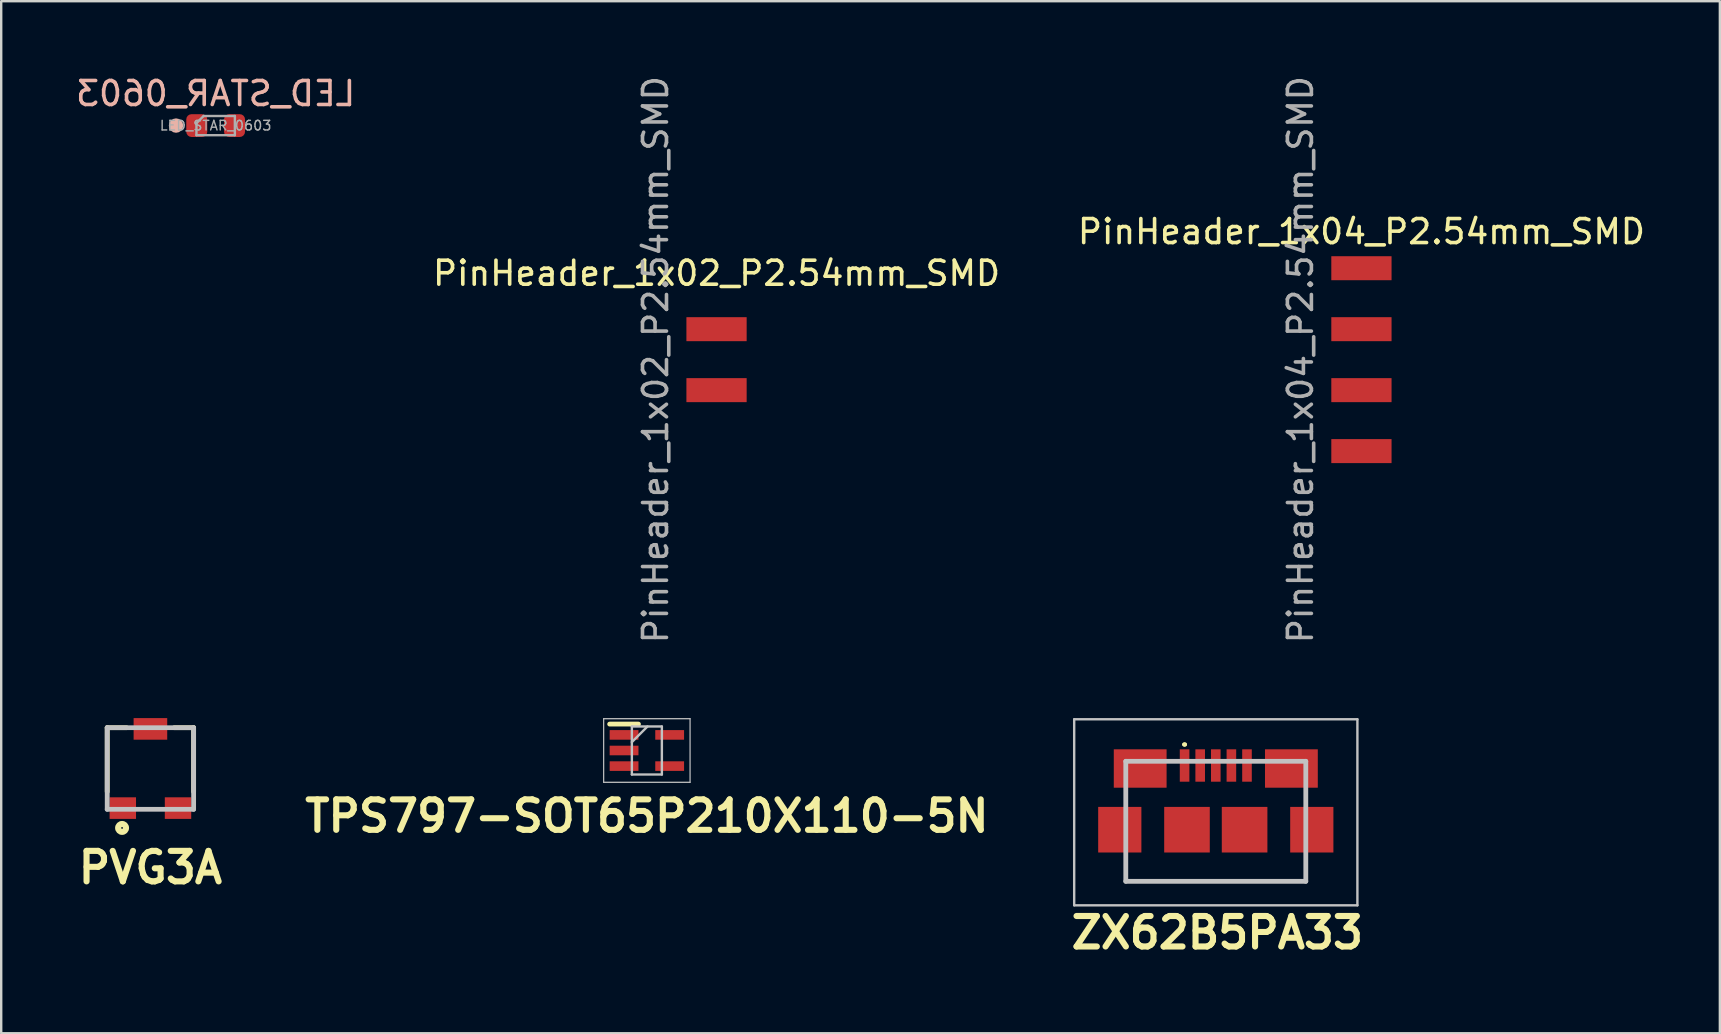
<source format=kicad_pcb>
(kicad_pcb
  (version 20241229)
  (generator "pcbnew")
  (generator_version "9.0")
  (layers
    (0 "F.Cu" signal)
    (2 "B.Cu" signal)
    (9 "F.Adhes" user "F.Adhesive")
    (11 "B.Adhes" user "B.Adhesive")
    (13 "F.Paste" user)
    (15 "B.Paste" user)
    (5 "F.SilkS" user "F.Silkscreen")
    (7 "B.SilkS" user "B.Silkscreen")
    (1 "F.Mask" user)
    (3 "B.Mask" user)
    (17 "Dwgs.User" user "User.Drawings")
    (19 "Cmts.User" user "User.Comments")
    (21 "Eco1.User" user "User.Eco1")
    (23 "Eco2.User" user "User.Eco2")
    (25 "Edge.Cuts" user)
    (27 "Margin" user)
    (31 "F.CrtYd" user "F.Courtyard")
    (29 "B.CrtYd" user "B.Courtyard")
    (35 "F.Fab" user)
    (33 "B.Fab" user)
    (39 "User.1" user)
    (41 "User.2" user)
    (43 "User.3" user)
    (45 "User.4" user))
  (footprint "PinHeader_1x02_P2.54mm_SMD"
    (layer "F.Cu")
    (at 26.804 11.935)
    (property "Reference" "PinHeader_1x02_P2.54mm_SMD" (at 0 -3.6 0) (layer "F.SilkS") (effects (font (size 1 1) (thickness 0.15))))
    (attr smd)
    (fp_text user "${REFERENCE}" (at -2.54 0 90) (layer "F.Fab") (effects (font (size 1 1) (thickness 0.15))))
    (pad "1" smd rect (at 0 -1.27) (size 2.51 1) (layers "F.Cu" "F.Mask" "F.Paste"))
    (pad "2" smd rect (at 0 1.27) (size 2.51 1) (layers "F.Cu" "F.Mask" "F.Paste")))
  (footprint "LED_STAR_0603"
    (layer "F.Cu")
    (at 5.935 2.182)
    (property "Reference" "LED_STAR_0603" (at 0 -1.333 0) (layer "B.SilkS") (effects (font (size 1 1) (thickness 0.15)) (justify mirror)))
    (attr smd)
    (fp_circle (center -1.651 0) (end -1.501 0) (stroke (width 0.3) (type solid)) (fill no) (layer "B.SilkS"))
    (fp_line (start -0.8 -0.1) (end -0.8 0.4) (stroke (width 0.1) (type solid)) (layer "F.Fab"))
    (fp_line (start -0.8 0.4) (end 0.8 0.4) (stroke (width 0.1) (type solid)) (layer "F.Fab"))
    (fp_line (start -0.5 -0.4) (end -0.8 -0.1) (stroke (width 0.1) (type solid)) (layer "F.Fab"))
    (fp_line (start 0.8 -0.4) (end -0.5 -0.4) (stroke (width 0.1) (type solid)) (layer "F.Fab"))
    (fp_line (start 0.8 0.4) (end 0.8 -0.4) (stroke (width 0.1) (type solid)) (layer "F.Fab"))
    (fp_text user "${REFERENCE}" (at 0 0 0) (layer "F.Fab") (effects (font (size 0.4 0.4) (thickness 0.06))))
    (pad "1" smd roundrect (at -0.787 0) (size 0.875 0.95) (layers "F.Cu" "F.Mask" "F.Paste") (roundrect_rratio 0.25))
    (pad "2" smd roundrect (at 0.787 0) (size 0.875 0.95) (layers "F.Cu" "F.Mask" "F.Paste") (roundrect_rratio 0.25)))
  (footprint "PinHeader_1x04_P2.54mm_SMD"
    (layer "F.Cu")
    (at 53.673 11.935)
    (property "Reference" "PinHeader_1x04_P2.54mm_SMD" (at 0 -5.334 0) (layer "F.SilkS") (effects (font (size 1 1) (thickness 0.15))))
    (attr smd)
    (fp_text user "${REFERENCE}" (at -2.54 0 90) (layer "F.Fab") (effects (font (size 1 1) (thickness 0.15))))
    (pad "1" smd rect (at 0 -3.81) (size 2.51 1) (layers "F.Cu" "F.Mask" "F.Paste"))
    (pad "2" smd rect (at 0 -1.27) (size 2.51 1) (layers "F.Cu" "F.Mask" "F.Paste"))
    (pad "3" smd rect (at 0 1.27) (size 2.51 1) (layers "F.Cu" "F.Mask" "F.Paste"))
    (pad "4" smd rect (at 0 3.81) (size 2.51 1) (layers "F.Cu" "F.Mask" "F.Paste")))
  (footprint "ZX62B5PA33"
    (layer "F.Cu")
    (at 47.605 30.794)
    (property "Reference" "ZX62B5PA33" (at 0.064 5.016 0) (layer "F.SilkS") (effects (font (size 1.27 1.27) (thickness 0.254))))
    (attr smd)
    (fp_line (start -3.75 1.875) (end -3.75 2.875) (stroke (width 0.1) (type solid)) (layer "F.SilkS"))
    (fp_line (start -3.75 2.875) (end 3.75 2.875) (stroke (width 0.1) (type solid)) (layer "F.SilkS"))
    (fp_line (start -1.35 -2.825) (end -1.35 -2.825) (stroke (width 0.1) (type solid)) (layer "F.SilkS"))
    (fp_line (start -1.25 -2.825) (end -1.25 -2.825) (stroke (width 0.1) (type solid)) (layer "F.SilkS"))
    (fp_line (start 3.75 2.875) (end 3.75 1.875) (stroke (width 0.1) (type solid)) (layer "F.SilkS"))
    (fp_arc (start -1.35 -2.825) (mid -1.3 -2.875) (end -1.25 -2.825) (stroke (width 0.1) (type solid)) (layer "F.SilkS"))
    (fp_arc (start -1.25 -2.825) (mid -1.3 -2.775) (end -1.35 -2.825) (stroke (width 0.1) (type solid)) (layer "F.SilkS"))
    (fp_line (start -5.9 -3.875) (end 5.9 -3.875) (stroke (width 0.1) (type solid)) (layer "Dwgs.User"))
    (fp_line (start -5.9 3.875) (end -5.9 -3.875) (stroke (width 0.1) (type solid)) (layer "Dwgs.User"))
    (fp_line (start -3.75 -2.125) (end 3.75 -2.125) (stroke (width 0.2) (type solid)) (layer "Dwgs.User"))
    (fp_line (start -3.75 2.875) (end -3.75 -2.125) (stroke (width 0.2) (type solid)) (layer "Dwgs.User"))
    (fp_line (start 3.75 -2.125) (end 3.75 2.875) (stroke (width 0.2) (type solid)) (layer "Dwgs.User"))
    (fp_line (start 3.75 2.875) (end -3.75 2.875) (stroke (width 0.2) (type solid)) (layer "Dwgs.User"))
    (fp_line (start 5.9 -3.875) (end 5.9 3.875) (stroke (width 0.1) (type solid)) (layer "Dwgs.User"))
    (fp_line (start 5.9 3.875) (end -5.9 3.875) (stroke (width 0.1) (type solid)) (layer "Dwgs.User"))
    (pad "1" smd rect (at -1.3 -1.95) (size 0.4 1.35) (layers "F.Cu" "F.Mask" "F.Paste"))
    (pad "2" smd rect (at -0.65 -1.95) (size 0.4 1.35) (layers "F.Cu" "F.Mask" "F.Paste"))
    (pad "3" smd rect (at 0 -1.95) (size 0.4 1.35) (layers "F.Cu" "F.Mask" "F.Paste"))
    (pad "4" smd rect (at 0.65 -1.95) (size 0.4 1.35) (layers "F.Cu" "F.Mask" "F.Paste"))
    (pad "5" smd rect (at 1.3 -1.95) (size 0.4 1.35) (layers "F.Cu" "F.Mask" "F.Paste"))
    (pad "6" smd rect (at -3.15 -1.825 90) (size 1.6 2.2) (layers "F.Cu" "F.Mask" "F.Paste"))
    (pad "7" smd rect (at 3.15 -1.825 90) (size 1.6 2.2) (layers "F.Cu" "F.Mask" "F.Paste"))
    (pad "8" smd rect (at -4 0.725) (size 1.8 1.9) (layers "F.Cu" "F.Mask" "F.Paste"))
    (pad "9" smd rect (at -1.2 0.725) (size 1.9 1.9) (layers "F.Cu" "F.Mask" "F.Paste"))
    (pad "10" smd rect (at 1.2 0.725) (size 1.9 1.9) (layers "F.Cu" "F.Mask" "F.Paste"))
    (pad "11" smd rect (at 4 0.725) (size 1.8 1.9) (layers "F.Cu" "F.Mask" "F.Paste")))
  (footprint "PVG3A"
    (layer "F.Cu")
    (at 3.217 28.969)
    (property "Reference" "PVG3A" (at 0 4.128 0) (layer "F.SilkS") (effects (font (size 1.27 1.27) (thickness 0.254))))
    (attr smd)
    (fp_line (start -1.8 -1.7) (end -1.8 0.966) (stroke (width 0.2) (type solid)) (layer "F.SilkS"))
    (fp_line (start -1.8 -1.7) (end -0.996 -1.7) (stroke (width 0.2) (type solid)) (layer "F.SilkS"))
    (fp_line (start 1.8 -1.7) (end 0.996 -1.7) (stroke (width 0.2) (type solid)) (layer "F.SilkS"))
    (fp_line (start 1.8 -1.7) (end 1.8 0.966) (stroke (width 0.2) (type solid)) (layer "F.SilkS"))
    (fp_circle (center -1.181 2.476) (end -1.218 2.476) (stroke (width 0.254) (type solid)) (fill no) (layer "F.SilkS"))
    (fp_line (start -1.8 -1.7) (end 1.8 -1.7) (stroke (width 0.2) (type solid)) (layer "Dwgs.User"))
    (fp_line (start -1.8 1.7) (end -1.8 -1.7) (stroke (width 0.2) (type solid)) (layer "Dwgs.User"))
    (fp_line (start 1.8 -1.7) (end 1.8 1.7) (stroke (width 0.2) (type solid)) (layer "Dwgs.User"))
    (fp_line (start 1.8 1.7) (end -1.8 1.7) (stroke (width 0.2) (type solid)) (layer "Dwgs.User"))
    (pad "1" smd rect (at -1.15 1.65 90) (size 0.9 1.1) (layers "F.Cu" "F.Mask" "F.Paste"))
    (pad "2" smd rect (at 0 -1.65 90) (size 0.9 1.4) (layers "F.Cu" "F.Mask" "F.Paste"))
    (pad "3" smd rect (at 1.15 1.65 90) (size 0.9 1.1) (layers "F.Cu" "F.Mask" "F.Paste")))
  (footprint "TPS797-SOT65P210X110-5N"
    (layer "F.Cu")
    (at 23.901 28.219)
    (property "Reference" "TPS797-SOT65P210X110-5N" (at 0 2.731 0) (layer "F.SilkS") (effects (font (size 1.27 1.27) (thickness 0.254))))
    (attr smd)
    (fp_line (start -1.55 -1.1) (end -0.35 -1.1) (stroke (width 0.2) (type solid)) (layer "F.SilkS"))
    (fp_line (start -1.8 -1.325) (end 1.8 -1.325) (stroke (width 0.05) (type solid)) (layer "Dwgs.User"))
    (fp_line (start -1.8 1.325) (end -1.8 -1.325) (stroke (width 0.05) (type solid)) (layer "Dwgs.User"))
    (fp_line (start -0.625 -1) (end 0.625 -1) (stroke (width 0.1) (type solid)) (layer "Dwgs.User"))
    (fp_line (start -0.625 -0.35) (end 0.025 -1) (stroke (width 0.1) (type solid)) (layer "Dwgs.User"))
    (fp_line (start -0.625 1) (end -0.625 -1) (stroke (width 0.1) (type solid)) (layer "Dwgs.User"))
    (fp_line (start 0.625 -1) (end 0.625 1) (stroke (width 0.1) (type solid)) (layer "Dwgs.User"))
    (fp_line (start 0.625 1) (end -0.625 1) (stroke (width 0.1) (type solid)) (layer "Dwgs.User"))
    (fp_line (start 1.8 -1.325) (end 1.8 1.325) (stroke (width 0.05) (type solid)) (layer "Dwgs.User"))
    (fp_line (start 1.8 1.325) (end -1.8 1.325) (stroke (width 0.05) (type solid)) (layer "Dwgs.User"))
    (pad "1" smd rect (at -0.95 -0.65 90) (size 0.4 1.2) (layers "F.Cu" "F.Mask" "F.Paste"))
    (pad "2" smd rect (at -0.95 0 90) (size 0.4 1.2) (layers "F.Cu" "F.Mask" "F.Paste"))
    (pad "3" smd rect (at -0.95 0.65 90) (size 0.4 1.2) (layers "F.Cu" "F.Mask" "F.Paste"))
    (pad "4" smd rect (at 0.95 0.65 90) (size 0.4 1.2) (layers "F.Cu" "F.Mask" "F.Paste"))
    (pad "5" smd rect (at 0.95 -0.65 90) (size 0.4 1.2) (layers "F.Cu" "F.Mask" "F.Paste")))
  (gr_rect
    (start -3 -3)
    (end 68.607 39.999)
    (stroke (width 0.1) (type default))
    (fill no)
    (layer "Edge.Cuts")))
</source>
